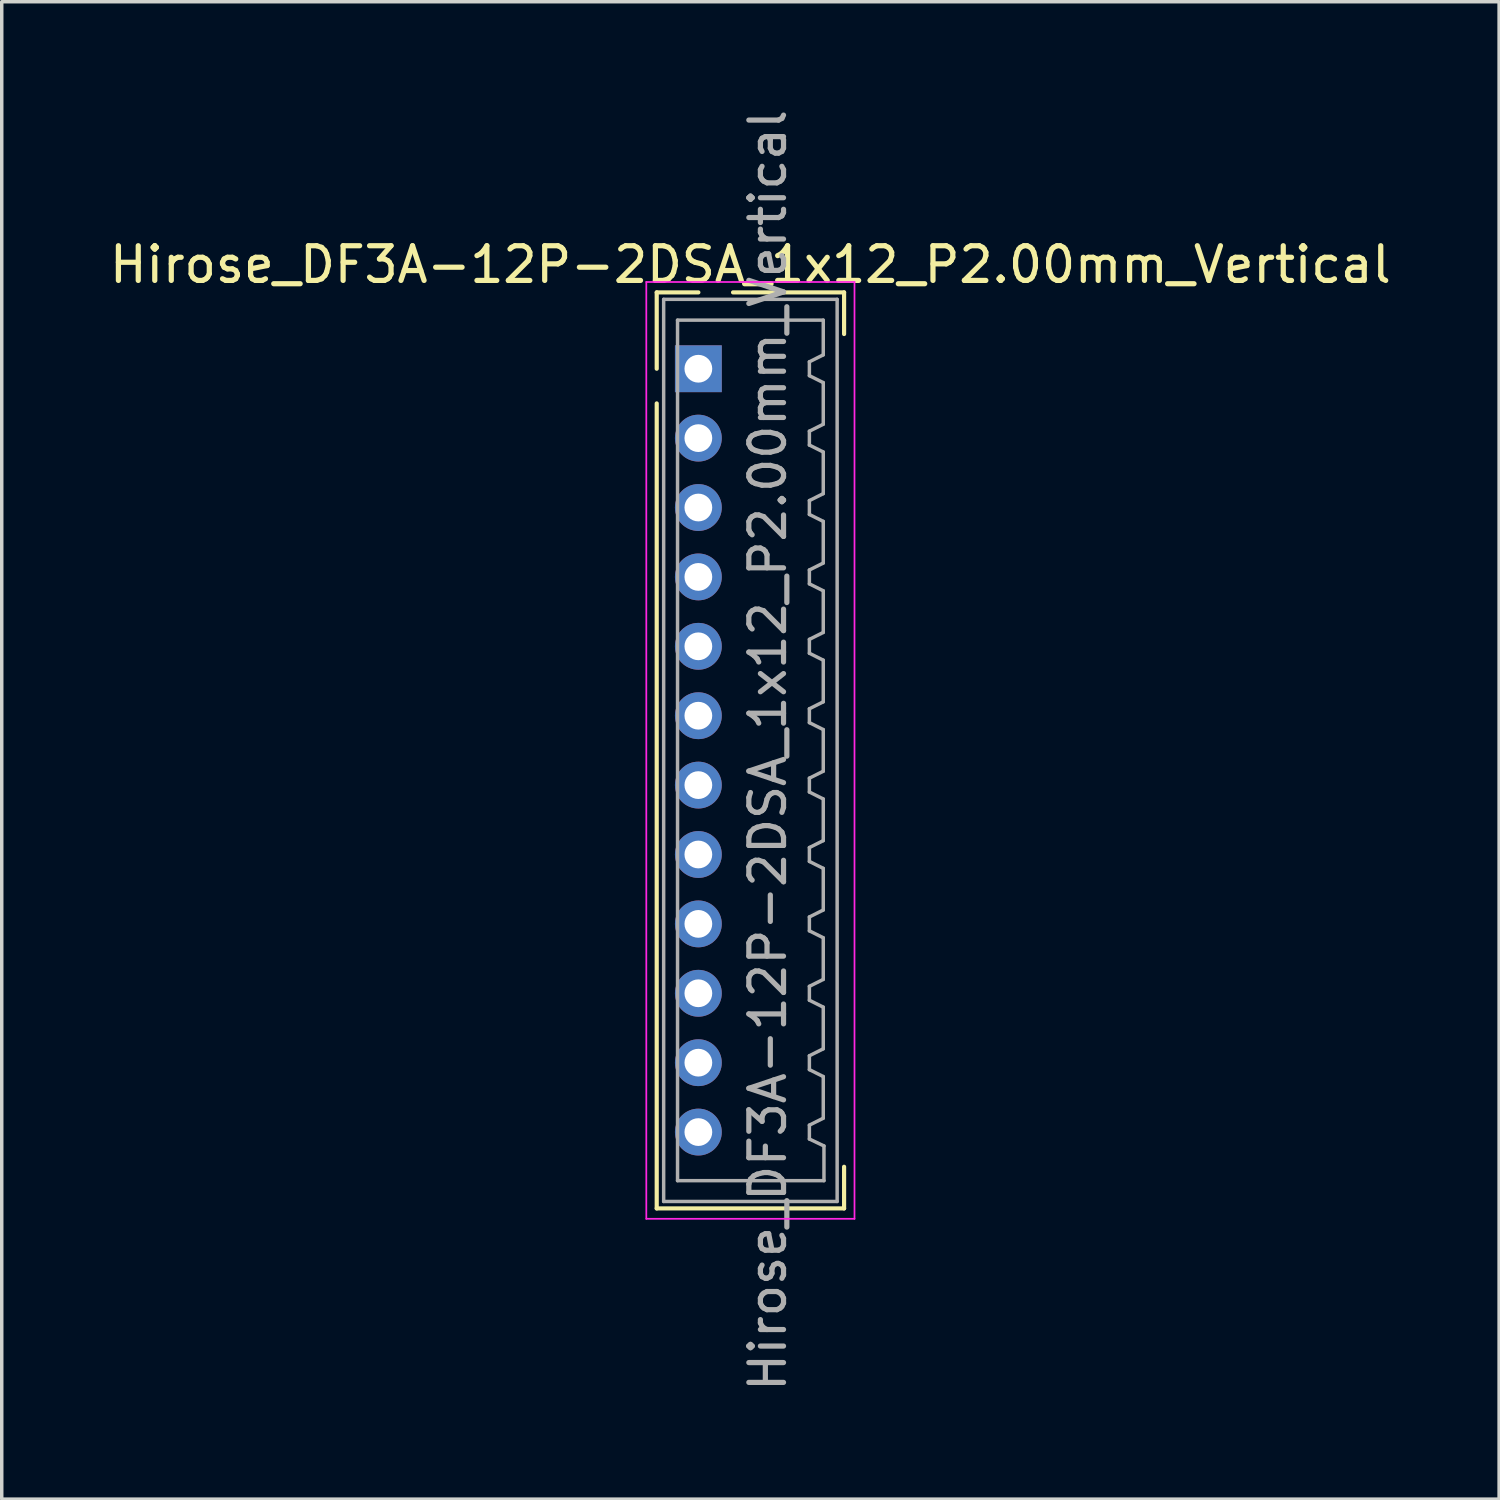
<source format=kicad_pcb>
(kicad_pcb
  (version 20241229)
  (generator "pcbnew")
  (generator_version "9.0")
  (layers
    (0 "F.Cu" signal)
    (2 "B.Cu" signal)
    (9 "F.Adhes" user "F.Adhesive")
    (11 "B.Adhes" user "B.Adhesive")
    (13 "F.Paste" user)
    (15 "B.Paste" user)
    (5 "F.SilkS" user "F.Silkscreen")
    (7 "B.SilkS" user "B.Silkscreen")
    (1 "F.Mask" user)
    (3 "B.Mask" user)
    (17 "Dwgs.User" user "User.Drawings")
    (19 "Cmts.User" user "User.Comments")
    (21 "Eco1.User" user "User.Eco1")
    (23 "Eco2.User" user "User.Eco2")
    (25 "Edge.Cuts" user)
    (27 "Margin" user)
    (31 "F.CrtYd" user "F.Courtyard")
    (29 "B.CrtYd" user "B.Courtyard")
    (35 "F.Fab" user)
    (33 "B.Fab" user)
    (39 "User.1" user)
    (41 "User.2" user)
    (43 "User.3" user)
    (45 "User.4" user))
  (footprint "Hirose_DF3A-12P-2DSA_1x12_P2.00mm_Vertical"
    (layer "F.Cu")
    (at 17.077 7.577)
    (property "Reference" "Hirose_DF3A-12P-2DSA_1x12_P2.00mm_Vertical" (at 1.5 -3 0) (unlocked yes) (layer "F.SilkS") (effects (font (size 1 1) (thickness 0.15))))
    (attr through_hole)
    (fp_line (start -1.2 -2.2) (end 0 -2.2) (stroke (width 0.12) (type solid)) (layer "F.SilkS"))
    (fp_line (start -1.2 0) (end -1.2 -2.2) (stroke (width 0.12) (type solid)) (layer "F.SilkS"))
    (fp_line (start -1.2 1) (end -1.2 24.2) (stroke (width 0.12) (type solid)) (layer "F.SilkS"))
    (fp_line (start -1.2 24.2) (end 4.2 24.2) (stroke (width 0.12) (type solid)) (layer "F.SilkS"))
    (fp_line (start 4.2 -2.2) (end 1 -2.2) (stroke (width 0.12) (type solid)) (layer "F.SilkS"))
    (fp_line (start 4.2 -2.2) (end 4.2 -1) (stroke (width 0.12) (type solid)) (layer "F.SilkS"))
    (fp_line (start 4.2 24.2) (end 4.2 23) (stroke (width 0.12) (type solid)) (layer "F.SilkS"))
    (fp_line (start -1.5 -2.5) (end 4.5 -2.5) (stroke (width 0.05) (type solid)) (layer "F.CrtYd"))
    (fp_line (start -1.5 24.5) (end -1.5 -2.5) (stroke (width 0.05) (type solid)) (layer "F.CrtYd"))
    (fp_line (start 4.5 -2.5) (end 4.5 24.5) (stroke (width 0.05) (type solid)) (layer "F.CrtYd"))
    (fp_line (start 4.5 24.5) (end -1.5 24.5) (stroke (width 0.05) (type solid)) (layer "F.CrtYd"))
    (fp_line (start -1 -2) (end 4 -2) (stroke (width 0.1) (type solid)) (layer "F.Fab"))
    (fp_line (start -1 24) (end -1 -2) (stroke (width 0.1) (type solid)) (layer "F.Fab"))
    (fp_line (start -0.6 -1.4) (end -0.6 23.4) (stroke (width 0.1) (type solid)) (layer "F.Fab"))
    (fp_line (start 3.2 -0.2) (end 3.6 -0.4) (stroke (width 0.1) (type solid)) (layer "F.Fab"))
    (fp_line (start 3.2 0.2) (end 3.2 -0.2) (stroke (width 0.1) (type solid)) (layer "F.Fab"))
    (fp_line (start 3.2 1.8) (end 3.6 1.6) (stroke (width 0.1) (type solid)) (layer "F.Fab"))
    (fp_line (start 3.2 2.2) (end 3.2 1.8) (stroke (width 0.1) (type solid)) (layer "F.Fab"))
    (fp_line (start 3.2 3.8) (end 3.6 3.6) (stroke (width 0.1) (type solid)) (layer "F.Fab"))
    (fp_line (start 3.2 4.2) (end 3.2 3.8) (stroke (width 0.1) (type solid)) (layer "F.Fab"))
    (fp_line (start 3.2 5.8) (end 3.6 5.6) (stroke (width 0.1) (type solid)) (layer "F.Fab"))
    (fp_line (start 3.2 6.2) (end 3.2 5.8) (stroke (width 0.1) (type solid)) (layer "F.Fab"))
    (fp_line (start 3.2 7.8) (end 3.6 7.6) (stroke (width 0.1) (type solid)) (layer "F.Fab"))
    (fp_line (start 3.2 8.2) (end 3.2 7.8) (stroke (width 0.1) (type solid)) (layer "F.Fab"))
    (fp_line (start 3.2 9.8) (end 3.6 9.6) (stroke (width 0.1) (type solid)) (layer "F.Fab"))
    (fp_line (start 3.2 10.2) (end 3.2 9.8) (stroke (width 0.1) (type solid)) (layer "F.Fab"))
    (fp_line (start 3.2 11.8) (end 3.6 11.6) (stroke (width 0.1) (type solid)) (layer "F.Fab"))
    (fp_line (start 3.2 12.2) (end 3.2 11.8) (stroke (width 0.1) (type solid)) (layer "F.Fab"))
    (fp_line (start 3.2 13.8) (end 3.6 13.6) (stroke (width 0.1) (type solid)) (layer "F.Fab"))
    (fp_line (start 3.2 14.2) (end 3.2 13.8) (stroke (width 0.1) (type solid)) (layer "F.Fab"))
    (fp_line (start 3.2 15.8) (end 3.6 15.6) (stroke (width 0.1) (type solid)) (layer "F.Fab"))
    (fp_line (start 3.2 16.2) (end 3.2 15.8) (stroke (width 0.1) (type solid)) (layer "F.Fab"))
    (fp_line (start 3.2 17.8) (end 3.6 17.6) (stroke (width 0.1) (type solid)) (layer "F.Fab"))
    (fp_line (start 3.2 18.2) (end 3.2 17.8) (stroke (width 0.1) (type solid)) (layer "F.Fab"))
    (fp_line (start 3.2 19.8) (end 3.6 19.6) (stroke (width 0.1) (type solid)) (layer "F.Fab"))
    (fp_line (start 3.2 20.2) (end 3.2 19.8) (stroke (width 0.1) (type solid)) (layer "F.Fab"))
    (fp_line (start 3.2 21.8) (end 3.6 21.6) (stroke (width 0.1) (type solid)) (layer "F.Fab"))
    (fp_line (start 3.2 22.2) (end 3.2 21.8) (stroke (width 0.1) (type solid)) (layer "F.Fab"))
    (fp_line (start 3.6 -1.4) (end -0.6 -1.4) (stroke (width 0.1) (type solid)) (layer "F.Fab"))
    (fp_line (start 3.6 -1.4) (end 3.6 -0.4) (stroke (width 0.1) (type solid)) (layer "F.Fab"))
    (fp_line (start 3.6 0.4) (end 3.2 0.2) (stroke (width 0.1) (type solid)) (layer "F.Fab"))
    (fp_line (start 3.6 1.6) (end 3.6 0.4) (stroke (width 0.1) (type solid)) (layer "F.Fab"))
    (fp_line (start 3.6 2.4) (end 3.2 2.2) (stroke (width 0.1) (type solid)) (layer "F.Fab"))
    (fp_line (start 3.6 3.6) (end 3.6 2.4) (stroke (width 0.1) (type solid)) (layer "F.Fab"))
    (fp_line (start 3.6 4.4) (end 3.2 4.2) (stroke (width 0.1) (type solid)) (layer "F.Fab"))
    (fp_line (start 3.6 5.6) (end 3.6 4.4) (stroke (width 0.1) (type solid)) (layer "F.Fab"))
    (fp_line (start 3.6 6.4) (end 3.2 6.2) (stroke (width 0.1) (type solid)) (layer "F.Fab"))
    (fp_line (start 3.6 7.6) (end 3.6 6.4) (stroke (width 0.1) (type solid)) (layer "F.Fab"))
    (fp_line (start 3.6 8.4) (end 3.2 8.2) (stroke (width 0.1) (type solid)) (layer "F.Fab"))
    (fp_line (start 3.6 9.6) (end 3.6 8.4) (stroke (width 0.1) (type solid)) (layer "F.Fab"))
    (fp_line (start 3.6 10.4) (end 3.2 10.2) (stroke (width 0.1) (type solid)) (layer "F.Fab"))
    (fp_line (start 3.6 11.6) (end 3.6 10.4) (stroke (width 0.1) (type solid)) (layer "F.Fab"))
    (fp_line (start 3.6 12.4) (end 3.2 12.2) (stroke (width 0.1) (type solid)) (layer "F.Fab"))
    (fp_line (start 3.6 13.6) (end 3.6 12.4) (stroke (width 0.1) (type solid)) (layer "F.Fab"))
    (fp_line (start 3.6 14.4) (end 3.2 14.2) (stroke (width 0.1) (type solid)) (layer "F.Fab"))
    (fp_line (start 3.6 15.6) (end 3.6 14.4) (stroke (width 0.1) (type solid)) (layer "F.Fab"))
    (fp_line (start 3.6 16.4) (end 3.2 16.2) (stroke (width 0.1) (type solid)) (layer "F.Fab"))
    (fp_line (start 3.6 17.6) (end 3.6 16.4) (stroke (width 0.1) (type solid)) (layer "F.Fab"))
    (fp_line (start 3.6 18.4) (end 3.2 18.2) (stroke (width 0.1) (type solid)) (layer "F.Fab"))
    (fp_line (start 3.6 19.6) (end 3.6 18.4) (stroke (width 0.1) (type solid)) (layer "F.Fab"))
    (fp_line (start 3.6 20.4) (end 3.2 20.2) (stroke (width 0.1) (type solid)) (layer "F.Fab"))
    (fp_line (start 3.6 21.6) (end 3.6 20.4) (stroke (width 0.1) (type solid)) (layer "F.Fab"))
    (fp_line (start 3.62 22.4) (end 3.2 22.2) (stroke (width 0.1) (type solid)) (layer "F.Fab"))
    (fp_line (start 3.62 23.4) (end -0.6 23.4) (stroke (width 0.1) (type solid)) (layer "F.Fab"))
    (fp_line (start 3.62 23.4) (end 3.62 22.4) (stroke (width 0.1) (type solid)) (layer "F.Fab"))
    (fp_line (start 4 -2) (end 4 24) (stroke (width 0.1) (type solid)) (layer "F.Fab"))
    (fp_line (start 4 24) (end -1 24) (stroke (width 0.1) (type solid)) (layer "F.Fab"))
    (fp_text user "${REFERENCE}" (at 2 11 90) (unlocked yes) (layer "F.Fab") (effects (font (size 1 1) (thickness 0.15))))
    (pad "1" thru_hole rect (at 0 0) (size 1.35 1.35) (drill 0.8) (layers "*.Cu" "*.Mask"))
    (pad "2" thru_hole circle (at 0 2) (size 1.35 1.35) (drill 0.8) (layers "*.Cu" "*.Mask"))
    (pad "3" thru_hole circle (at 0 4) (size 1.35 1.35) (drill 0.8) (layers "*.Cu" "*.Mask"))
    (pad "4" thru_hole circle (at 0 6) (size 1.35 1.35) (drill 0.8) (layers "*.Cu" "*.Mask"))
    (pad "5" thru_hole circle (at 0 8) (size 1.35 1.35) (drill 0.8) (layers "*.Cu" "*.Mask"))
    (pad "6" thru_hole circle (at 0 10) (size 1.35 1.35) (drill 0.8) (layers "*.Cu" "*.Mask"))
    (pad "7" thru_hole circle (at 0 12) (size 1.35 1.35) (drill 0.8) (layers "*.Cu" "*.Mask"))
    (pad "8" thru_hole circle (at 0 14) (size 1.35 1.35) (drill 0.8) (layers "*.Cu" "*.Mask"))
    (pad "9" thru_hole circle (at 0 16) (size 1.35 1.35) (drill 0.8) (layers "*.Cu" "*.Mask"))
    (pad "10" thru_hole circle (at 0 18) (size 1.35 1.35) (drill 0.8) (layers "*.Cu" "*.Mask"))
    (pad "11" thru_hole circle (at 0 20) (size 1.35 1.35) (drill 0.8) (layers "*.Cu" "*.Mask"))
    (pad "12" thru_hole circle (at 0 22) (size 1.35 1.35) (drill 0.8) (layers "*.Cu" "*.Mask")))
  (gr_rect
    (start -3 -3)
    (end 40.155 40.155)
    (stroke (width 0.1) (type default))
    (fill no)
    (layer "Edge.Cuts")))
</source>
